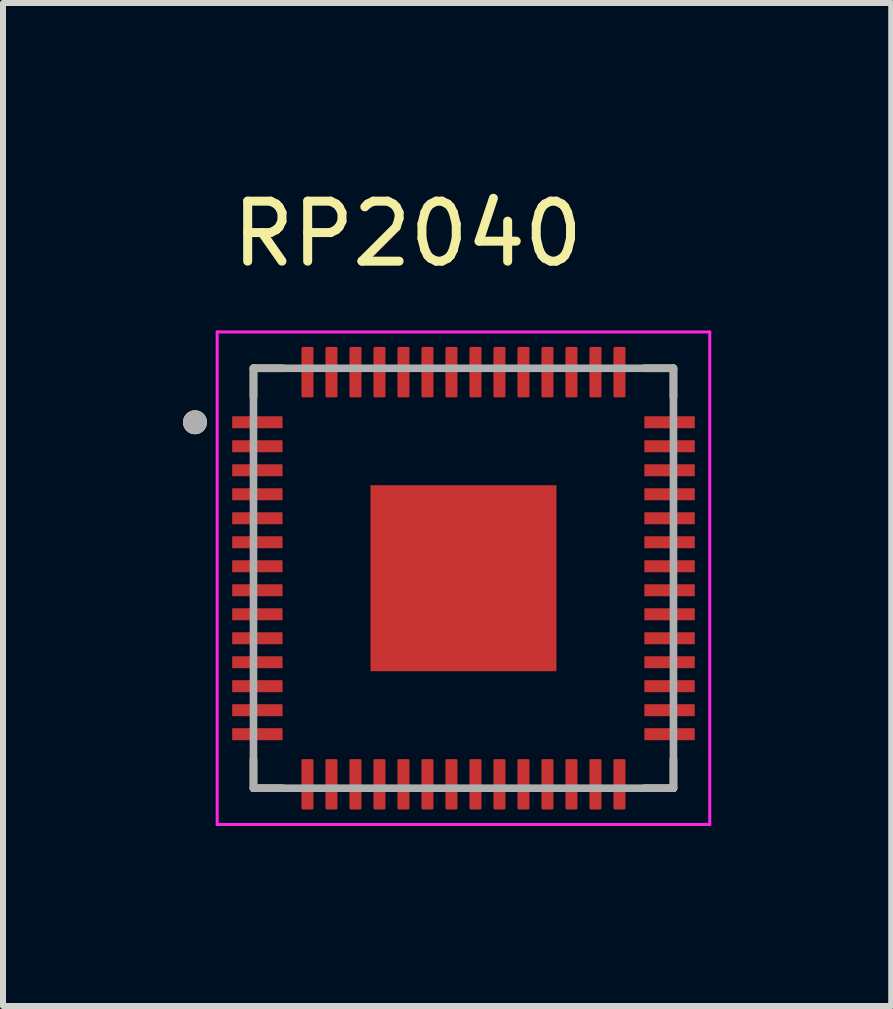
<source format=kicad_pcb>
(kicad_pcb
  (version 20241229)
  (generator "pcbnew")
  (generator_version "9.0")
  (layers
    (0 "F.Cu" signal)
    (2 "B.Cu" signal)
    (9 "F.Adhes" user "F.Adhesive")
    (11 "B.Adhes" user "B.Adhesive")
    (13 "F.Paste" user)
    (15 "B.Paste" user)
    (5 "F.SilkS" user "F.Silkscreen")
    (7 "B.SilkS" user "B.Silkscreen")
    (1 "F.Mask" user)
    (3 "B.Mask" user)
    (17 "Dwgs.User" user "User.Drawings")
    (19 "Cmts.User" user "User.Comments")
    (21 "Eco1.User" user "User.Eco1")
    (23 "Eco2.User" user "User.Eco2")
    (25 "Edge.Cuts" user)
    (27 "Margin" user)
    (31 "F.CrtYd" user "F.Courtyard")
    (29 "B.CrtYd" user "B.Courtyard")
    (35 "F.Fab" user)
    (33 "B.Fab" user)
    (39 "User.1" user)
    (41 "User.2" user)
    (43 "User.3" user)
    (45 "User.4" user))
  (footprint "RP2040"
    (layer "F.Cu")
    (at 4.675 6.588)
    (property "Reference" "RP2040" (at -0.93 -5.74 0) (layer "F.SilkS") (effects (font (size 1 1) (thickness 0.15))))
    (attr through_hole)
    (fp_line (start -3.5 -3.5) (end -3.5 -3.02) (stroke (width 0.127) (type solid)) (layer "F.SilkS"))
    (fp_line (start -3.5 -3.5) (end -3.02 -3.5) (stroke (width 0.127) (type solid)) (layer "F.SilkS"))
    (fp_line (start -3.5 3.5) (end -3.5 3.02) (stroke (width 0.127) (type solid)) (layer "F.SilkS"))
    (fp_line (start -3.5 3.5) (end -3.02 3.5) (stroke (width 0.127) (type solid)) (layer "F.SilkS"))
    (fp_line (start 3.5 -3.5) (end 3.02 -3.5) (stroke (width 0.127) (type solid)) (layer "F.SilkS"))
    (fp_line (start 3.5 -3.5) (end 3.5 -3.02) (stroke (width 0.127) (type solid)) (layer "F.SilkS"))
    (fp_line (start 3.5 3.5) (end 3.02 3.5) (stroke (width 0.127) (type solid)) (layer "F.SilkS"))
    (fp_line (start 3.5 3.5) (end 3.5 3.02) (stroke (width 0.127) (type solid)) (layer "F.SilkS"))
    (fp_circle (center -4.475 -2.6) (end -4.375 -2.6) (stroke (width 0.2) (type solid)) (fill no) (layer "F.SilkS"))
    (fp_poly (pts (xy -0.98 -0.98) (xy 0.98 -0.98) (xy 0.98 0.98) (xy -0.98 0.98)) (stroke (width 0.01) (type solid)) (fill yes) (layer "F.Paste"))
    (fp_line (start -4.105 -4.105) (end 4.105 -4.105) (stroke (width 0.05) (type solid)) (layer "F.CrtYd"))
    (fp_line (start -4.105 4.105) (end -4.105 -4.105) (stroke (width 0.05) (type solid)) (layer "F.CrtYd"))
    (fp_line (start -4.105 4.105) (end 4.105 4.105) (stroke (width 0.05) (type solid)) (layer "F.CrtYd"))
    (fp_line (start 4.105 4.105) (end 4.105 -4.105) (stroke (width 0.05) (type solid)) (layer "F.CrtYd"))
    (fp_line (start -3.5 3.5) (end -3.5 -3.5) (stroke (width 0.127) (type solid)) (layer "F.Fab"))
    (fp_line (start 3.5 -3.5) (end -3.5 -3.5) (stroke (width 0.127) (type solid)) (layer "F.Fab"))
    (fp_line (start 3.5 3.5) (end -3.5 3.5) (stroke (width 0.127) (type solid)) (layer "F.Fab"))
    (fp_line (start 3.5 3.5) (end 3.5 -3.5) (stroke (width 0.127) (type solid)) (layer "F.Fab"))
    (fp_circle (center -4.475 -2.6) (end -4.375 -2.6) (stroke (width 0.2) (type solid)) (fill no) (layer "F.Fab"))
    (pad "1" smd roundrect (at -3.435 -2.6) (size 0.84 0.2) (layers "F.Cu" "F.Mask" "F.Paste") (roundrect_rratio 0.03))
    (pad "2" smd roundrect (at -3.435 -2.2) (size 0.84 0.2) (layers "F.Cu" "F.Mask" "F.Paste") (roundrect_rratio 0.03))
    (pad "3" smd roundrect (at -3.435 -1.8) (size 0.84 0.2) (layers "F.Cu" "F.Mask" "F.Paste") (roundrect_rratio 0.03))
    (pad "4" smd roundrect (at -3.435 -1.4) (size 0.84 0.2) (layers "F.Cu" "F.Mask" "F.Paste") (roundrect_rratio 0.03))
    (pad "5" smd roundrect (at -3.435 -1) (size 0.84 0.2) (layers "F.Cu" "F.Mask" "F.Paste") (roundrect_rratio 0.03))
    (pad "6" smd roundrect (at -3.435 -0.6) (size 0.84 0.2) (layers "F.Cu" "F.Mask" "F.Paste") (roundrect_rratio 0.03))
    (pad "7" smd roundrect (at -3.435 -0.2) (size 0.84 0.2) (layers "F.Cu" "F.Mask" "F.Paste") (roundrect_rratio 0.03))
    (pad "8" smd roundrect (at -3.435 0.2) (size 0.84 0.2) (layers "F.Cu" "F.Mask" "F.Paste") (roundrect_rratio 0.03))
    (pad "9" smd roundrect (at -3.435 0.6) (size 0.84 0.2) (layers "F.Cu" "F.Mask" "F.Paste") (roundrect_rratio 0.03))
    (pad "10" smd roundrect (at -3.435 1) (size 0.84 0.2) (layers "F.Cu" "F.Mask" "F.Paste") (roundrect_rratio 0.03))
    (pad "11" smd roundrect (at -3.435 1.4) (size 0.84 0.2) (layers "F.Cu" "F.Mask" "F.Paste") (roundrect_rratio 0.03))
    (pad "12" smd roundrect (at -3.435 1.8) (size 0.84 0.2) (layers "F.Cu" "F.Mask" "F.Paste") (roundrect_rratio 0.03))
    (pad "13" smd roundrect (at -3.435 2.2) (size 0.84 0.2) (layers "F.Cu" "F.Mask" "F.Paste") (roundrect_rratio 0.03))
    (pad "14" smd roundrect (at -3.435 2.6) (size 0.84 0.2) (layers "F.Cu" "F.Mask" "F.Paste") (roundrect_rratio 0.03))
    (pad "15" smd roundrect (at -2.6 3.435) (size 0.2 0.84) (layers "F.Cu" "F.Mask" "F.Paste") (roundrect_rratio 0.1))
    (pad "16" smd roundrect (at -2.2 3.435) (size 0.2 0.84) (layers "F.Cu" "F.Mask" "F.Paste") (roundrect_rratio 0.1))
    (pad "17" smd roundrect (at -1.8 3.435) (size 0.2 0.84) (layers "F.Cu" "F.Mask" "F.Paste") (roundrect_rratio 0.1))
    (pad "18" smd roundrect (at -1.4 3.435) (size 0.2 0.84) (layers "F.Cu" "F.Mask" "F.Paste") (roundrect_rratio 0.1))
    (pad "19" smd roundrect (at -1 3.435) (size 0.2 0.84) (layers "F.Cu" "F.Mask" "F.Paste") (roundrect_rratio 0.1))
    (pad "20" smd roundrect (at -0.6 3.435) (size 0.2 0.84) (layers "F.Cu" "F.Mask" "F.Paste") (roundrect_rratio 0.1))
    (pad "21" smd roundrect (at -0.2 3.435) (size 0.2 0.84) (layers "F.Cu" "F.Mask" "F.Paste") (roundrect_rratio 0.1))
    (pad "22" smd roundrect (at 0.2 3.435) (size 0.2 0.84) (layers "F.Cu" "F.Mask" "F.Paste") (roundrect_rratio 0.1))
    (pad "23" smd roundrect (at 0.6 3.435) (size 0.2 0.84) (layers "F.Cu" "F.Mask" "F.Paste") (roundrect_rratio 0.1))
    (pad "24" smd roundrect (at 1 3.435) (size 0.2 0.84) (layers "F.Cu" "F.Mask" "F.Paste") (roundrect_rratio 0.1))
    (pad "25" smd roundrect (at 1.4 3.435) (size 0.2 0.84) (layers "F.Cu" "F.Mask" "F.Paste") (roundrect_rratio 0.1))
    (pad "26" smd roundrect (at 1.8 3.435) (size 0.2 0.84) (layers "F.Cu" "F.Mask" "F.Paste") (roundrect_rratio 0.1))
    (pad "27" smd roundrect (at 2.2 3.435) (size 0.2 0.84) (layers "F.Cu" "F.Mask" "F.Paste") (roundrect_rratio 0.1))
    (pad "28" smd roundrect (at 2.6 3.435) (size 0.2 0.84) (layers "F.Cu" "F.Mask" "F.Paste") (roundrect_rratio 0.1))
    (pad "29" smd roundrect (at 3.435 2.6) (size 0.84 0.2) (layers "F.Cu" "F.Mask" "F.Paste") (roundrect_rratio 0.03))
    (pad "30" smd roundrect (at 3.435 2.2) (size 0.84 0.2) (layers "F.Cu" "F.Mask" "F.Paste") (roundrect_rratio 0.03))
    (pad "31" smd roundrect (at 3.435 1.8) (size 0.84 0.2) (layers "F.Cu" "F.Mask" "F.Paste") (roundrect_rratio 0.03))
    (pad "32" smd roundrect (at 3.435 1.4) (size 0.84 0.2) (layers "F.Cu" "F.Mask" "F.Paste") (roundrect_rratio 0.03))
    (pad "33" smd roundrect (at 3.435 1) (size 0.84 0.2) (layers "F.Cu" "F.Mask" "F.Paste") (roundrect_rratio 0.03))
    (pad "34" smd roundrect (at 3.435 0.6) (size 0.84 0.2) (layers "F.Cu" "F.Mask" "F.Paste") (roundrect_rratio 0.03))
    (pad "35" smd roundrect (at 3.435 0.2) (size 0.84 0.2) (layers "F.Cu" "F.Mask" "F.Paste") (roundrect_rratio 0.03))
    (pad "36" smd roundrect (at 3.435 -0.2) (size 0.84 0.2) (layers "F.Cu" "F.Mask" "F.Paste") (roundrect_rratio 0.03))
    (pad "37" smd roundrect (at 3.435 -0.6) (size 0.84 0.2) (layers "F.Cu" "F.Mask" "F.Paste") (roundrect_rratio 0.03))
    (pad "38" smd roundrect (at 3.435 -1) (size 0.84 0.2) (layers "F.Cu" "F.Mask" "F.Paste") (roundrect_rratio 0.03))
    (pad "39" smd roundrect (at 3.435 -1.4) (size 0.84 0.2) (layers "F.Cu" "F.Mask" "F.Paste") (roundrect_rratio 0.03))
    (pad "40" smd roundrect (at 3.435 -1.8) (size 0.84 0.2) (layers "F.Cu" "F.Mask" "F.Paste") (roundrect_rratio 0.03))
    (pad "41" smd roundrect (at 3.435 -2.2) (size 0.84 0.2) (layers "F.Cu" "F.Mask" "F.Paste") (roundrect_rratio 0.03))
    (pad "42" smd roundrect (at 3.435 -2.6) (size 0.84 0.2) (layers "F.Cu" "F.Mask" "F.Paste") (roundrect_rratio 0.03))
    (pad "43" smd roundrect (at 2.6 -3.435) (size 0.2 0.84) (layers "F.Cu" "F.Mask" "F.Paste") (roundrect_rratio 0.1))
    (pad "44" smd roundrect (at 2.2 -3.435) (size 0.2 0.84) (layers "F.Cu" "F.Mask" "F.Paste") (roundrect_rratio 0.1))
    (pad "45" smd roundrect (at 1.8 -3.435) (size 0.2 0.84) (layers "F.Cu" "F.Mask" "F.Paste") (roundrect_rratio 0.1))
    (pad "46" smd roundrect (at 1.4 -3.435) (size 0.2 0.84) (layers "F.Cu" "F.Mask" "F.Paste") (roundrect_rratio 0.1))
    (pad "47" smd roundrect (at 1 -3.435) (size 0.2 0.84) (layers "F.Cu" "F.Mask" "F.Paste") (roundrect_rratio 0.1))
    (pad "48" smd roundrect (at 0.6 -3.435) (size 0.2 0.84) (layers "F.Cu" "F.Mask" "F.Paste") (roundrect_rratio 0.1))
    (pad "49" smd roundrect (at 0.2 -3.435) (size 0.2 0.84) (layers "F.Cu" "F.Mask" "F.Paste") (roundrect_rratio 0.1))
    (pad "50" smd roundrect (at -0.2 -3.435) (size 0.2 0.84) (layers "F.Cu" "F.Mask" "F.Paste") (roundrect_rratio 0.1))
    (pad "51" smd roundrect (at -0.6 -3.435) (size 0.2 0.84) (layers "F.Cu" "F.Mask" "F.Paste") (roundrect_rratio 0.1))
    (pad "52" smd roundrect (at -1 -3.435) (size 0.2 0.84) (layers "F.Cu" "F.Mask" "F.Paste") (roundrect_rratio 0.1))
    (pad "53" smd roundrect (at -1.4 -3.435) (size 0.2 0.84) (layers "F.Cu" "F.Mask" "F.Paste") (roundrect_rratio 0.1))
    (pad "54" smd roundrect (at -1.8 -3.435) (size 0.2 0.84) (layers "F.Cu" "F.Mask" "F.Paste") (roundrect_rratio 0.1))
    (pad "55" smd roundrect (at -2.2 -3.435) (size 0.2 0.84) (layers "F.Cu" "F.Mask" "F.Paste") (roundrect_rratio 0.1))
    (pad "56" smd roundrect (at -2.6 -3.435) (size 0.2 0.84) (layers "F.Cu" "F.Mask" "F.Paste") (roundrect_rratio 0.1))
    (pad "57" smd rect (at 0 0) (size 3.1 3.1) (layers "F.Cu" "F.Mask")))
  (gr_rect
    (start -3 -3)
    (end 11.805 13.718)
    (stroke (width 0.1) (type default))
    (fill no)
    (layer "Edge.Cuts")))
</source>
